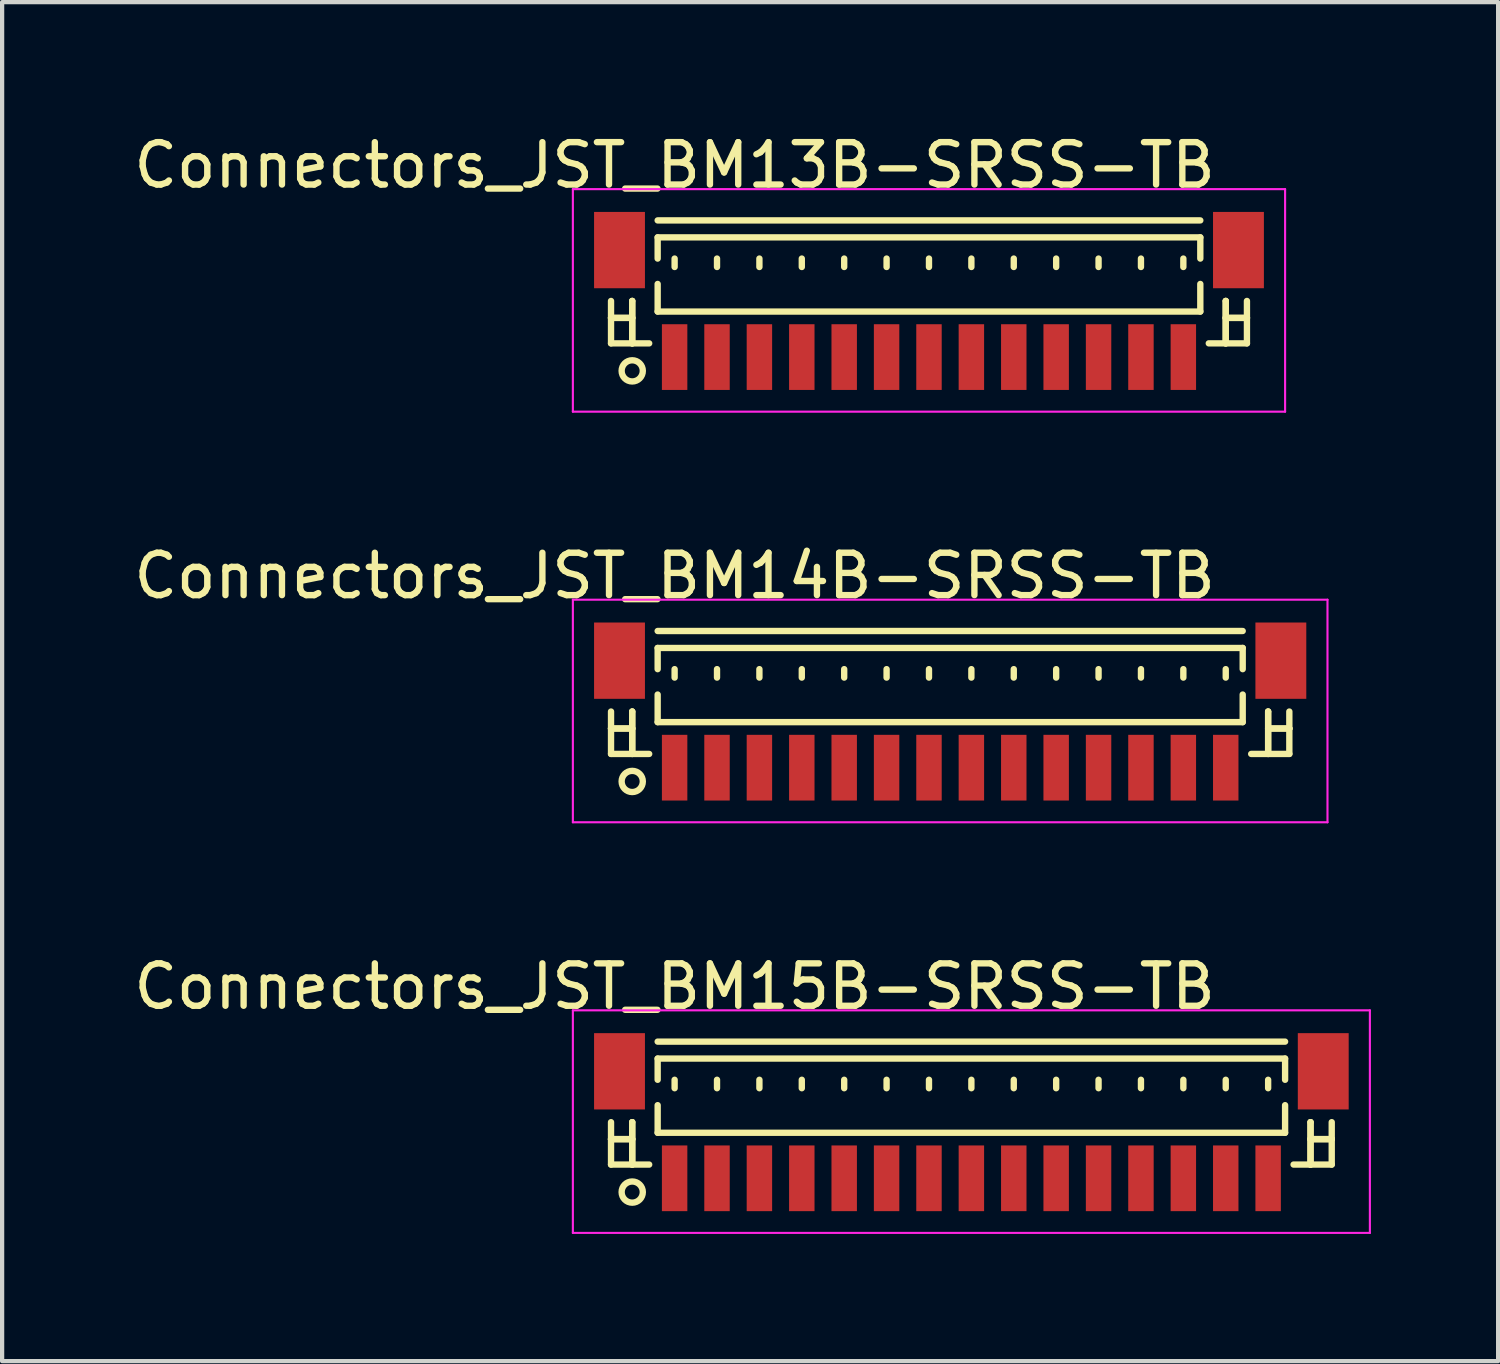
<source format=kicad_pcb>
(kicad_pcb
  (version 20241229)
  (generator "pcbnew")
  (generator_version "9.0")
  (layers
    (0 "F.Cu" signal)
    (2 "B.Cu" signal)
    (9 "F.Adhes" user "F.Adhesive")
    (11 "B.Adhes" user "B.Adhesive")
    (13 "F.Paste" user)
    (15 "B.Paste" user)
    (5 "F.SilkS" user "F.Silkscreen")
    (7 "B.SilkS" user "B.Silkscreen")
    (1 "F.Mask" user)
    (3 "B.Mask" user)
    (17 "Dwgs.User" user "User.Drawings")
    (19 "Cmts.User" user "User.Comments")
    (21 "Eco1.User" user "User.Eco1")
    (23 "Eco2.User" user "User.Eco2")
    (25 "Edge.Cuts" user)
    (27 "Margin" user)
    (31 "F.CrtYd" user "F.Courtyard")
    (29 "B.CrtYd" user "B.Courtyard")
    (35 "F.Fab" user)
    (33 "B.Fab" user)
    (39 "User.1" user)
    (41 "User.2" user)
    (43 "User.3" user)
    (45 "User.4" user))
  (footprint "Connectors_JST_BM13B-SRSS-TB"
    (layer "F.Cu")
    (at 18.863 4.111)
    (property "Reference" "Connectors_JST_BM13B-SRSS-TB" (at -6 -3.263 0) (layer "F.SilkS") (effects (font (size 1 1) (thickness 0.15))))
    (attr smd)
    (fp_line (start -7.5 -0.062) (end -7.5 0.938) (stroke (width 0.15) (type solid)) (layer "F.SilkS"))
    (fp_line (start -7.5 0.338) (end -7.5 0.338) (stroke (width 0.15) (type solid)) (layer "F.SilkS"))
    (fp_line (start -7.5 0.338) (end -7 0.338) (stroke (width 0.15) (type solid)) (layer "F.SilkS"))
    (fp_line (start -7.5 0.938) (end -6.6 0.938) (stroke (width 0.15) (type solid)) (layer "F.SilkS"))
    (fp_line (start -7 -0.062) (end -7 -0.062) (stroke (width 0.15) (type solid)) (layer "F.SilkS"))
    (fp_line (start -7 -0.062) (end -7 0.938) (stroke (width 0.15) (type solid)) (layer "F.SilkS"))
    (fp_line (start -7 0.338) (end -7.5 0.338) (stroke (width 0.15) (type solid)) (layer "F.SilkS"))
    (fp_line (start -7 0.338) (end -7 0.338) (stroke (width 0.15) (type solid)) (layer "F.SilkS"))
    (fp_line (start -7 0.938) (end -7 -0.062) (stroke (width 0.15) (type solid)) (layer "F.SilkS"))
    (fp_line (start -7 0.938) (end -7 0.938) (stroke (width 0.15) (type solid)) (layer "F.SilkS"))
    (fp_line (start -6.4 -1.962) (end 6.4 -1.962) (stroke (width 0.15) (type solid)) (layer "F.SilkS"))
    (fp_line (start -6.4 -1.562) (end 6.4 -1.562) (stroke (width 0.15) (type solid)) (layer "F.SilkS"))
    (fp_line (start -6.4 -1.062) (end -6.4 -1.562) (stroke (width 0.15) (type solid)) (layer "F.SilkS"))
    (fp_line (start -6.4 -0.463) (end -6.4 0.188) (stroke (width 0.15) (type solid)) (layer "F.SilkS"))
    (fp_line (start -6.4 0.188) (end 6.4 0.188) (stroke (width 0.15) (type solid)) (layer "F.SilkS"))
    (fp_line (start -6 -1.062) (end -6 -0.863) (stroke (width 0.15) (type solid)) (layer "F.SilkS"))
    (fp_line (start -5 -1.062) (end -5 -0.863) (stroke (width 0.15) (type solid)) (layer "F.SilkS"))
    (fp_line (start -4 -1.062) (end -4 -0.863) (stroke (width 0.15) (type solid)) (layer "F.SilkS"))
    (fp_line (start -3 -1.062) (end -3 -0.863) (stroke (width 0.15) (type solid)) (layer "F.SilkS"))
    (fp_line (start -2 -1.062) (end -2 -0.863) (stroke (width 0.15) (type solid)) (layer "F.SilkS"))
    (fp_line (start -1 -1.062) (end -1 -0.863) (stroke (width 0.15) (type solid)) (layer "F.SilkS"))
    (fp_line (start 0 -1.062) (end 0 -0.863) (stroke (width 0.15) (type solid)) (layer "F.SilkS"))
    (fp_line (start 1 -1.062) (end 1 -0.863) (stroke (width 0.15) (type solid)) (layer "F.SilkS"))
    (fp_line (start 2 -1.062) (end 2 -0.863) (stroke (width 0.15) (type solid)) (layer "F.SilkS"))
    (fp_line (start 3 -1.062) (end 3 -0.863) (stroke (width 0.15) (type solid)) (layer "F.SilkS"))
    (fp_line (start 4 -1.062) (end 4 -0.863) (stroke (width 0.15) (type solid)) (layer "F.SilkS"))
    (fp_line (start 5 -1.062) (end 5 -0.863) (stroke (width 0.15) (type solid)) (layer "F.SilkS"))
    (fp_line (start 6 -1.062) (end 6 -0.863) (stroke (width 0.15) (type solid)) (layer "F.SilkS"))
    (fp_line (start 6.4 -1.562) (end 6.4 -1.062) (stroke (width 0.15) (type solid)) (layer "F.SilkS"))
    (fp_line (start 6.4 0.188) (end 6.4 -0.463) (stroke (width 0.15) (type solid)) (layer "F.SilkS"))
    (fp_line (start 7 -0.062) (end 7 -0.062) (stroke (width 0.15) (type solid)) (layer "F.SilkS"))
    (fp_line (start 7 -0.062) (end 7 0.938) (stroke (width 0.15) (type solid)) (layer "F.SilkS"))
    (fp_line (start 7 0.338) (end 7 0.338) (stroke (width 0.15) (type solid)) (layer "F.SilkS"))
    (fp_line (start 7 0.338) (end 7.5 0.338) (stroke (width 0.15) (type solid)) (layer "F.SilkS"))
    (fp_line (start 7 0.938) (end 7 -0.062) (stroke (width 0.15) (type solid)) (layer "F.SilkS"))
    (fp_line (start 7 0.938) (end 7 0.938) (stroke (width 0.15) (type solid)) (layer "F.SilkS"))
    (fp_line (start 7.5 -0.062) (end 7.5 0.938) (stroke (width 0.15) (type solid)) (layer "F.SilkS"))
    (fp_line (start 7.5 0.338) (end 7 0.338) (stroke (width 0.15) (type solid)) (layer "F.SilkS"))
    (fp_line (start 7.5 0.338) (end 7.5 0.338) (stroke (width 0.15) (type solid)) (layer "F.SilkS"))
    (fp_line (start 7.5 0.938) (end 6.6 0.938) (stroke (width 0.15) (type solid)) (layer "F.SilkS"))
    (fp_circle (center -7 1.587) (end -6.75 1.587) (stroke (width 0.15) (type solid)) (fill no) (layer "F.SilkS"))
    (fp_line (start -8.4 -2.7) (end 8.4 -2.7) (stroke (width 0.05) (type solid)) (layer "F.CrtYd"))
    (fp_line (start -8.4 2.55) (end -8.4 -2.7) (stroke (width 0.05) (type solid)) (layer "F.CrtYd"))
    (fp_line (start 8.4 -2.7) (end 8.4 2.55) (stroke (width 0.05) (type solid)) (layer "F.CrtYd"))
    (fp_line (start 8.4 2.55) (end -8.4 2.55) (stroke (width 0.05) (type solid)) (layer "F.CrtYd"))
    (pad "" smd rect (at -7.3 -1.262) (size 1.2 1.8) (layers "F.Cu" "F.Mask" "F.Paste"))
    (pad "" smd rect (at 7.3 -1.262) (size 1.2 1.8) (layers "F.Cu" "F.Mask" "F.Paste"))
    (pad "1" smd rect (at -6 1.262) (size 0.6 1.55) (layers "F.Cu" "F.Mask" "F.Paste"))
    (pad "2" smd rect (at -5 1.262) (size 0.6 1.55) (layers "F.Cu" "F.Mask" "F.Paste"))
    (pad "3" smd rect (at -4 1.262) (size 0.6 1.55) (layers "F.Cu" "F.Mask" "F.Paste"))
    (pad "4" smd rect (at -3 1.262) (size 0.6 1.55) (layers "F.Cu" "F.Mask" "F.Paste"))
    (pad "5" smd rect (at -2 1.262) (size 0.6 1.55) (layers "F.Cu" "F.Mask" "F.Paste"))
    (pad "6" smd rect (at -1 1.262) (size 0.6 1.55) (layers "F.Cu" "F.Mask" "F.Paste"))
    (pad "7" smd rect (at 0 1.262) (size 0.6 1.55) (layers "F.Cu" "F.Mask" "F.Paste"))
    (pad "8" smd rect (at 1 1.262) (size 0.6 1.55) (layers "F.Cu" "F.Mask" "F.Paste"))
    (pad "9" smd rect (at 2 1.262) (size 0.6 1.55) (layers "F.Cu" "F.Mask" "F.Paste"))
    (pad "10" smd rect (at 3 1.262) (size 0.6 1.55) (layers "F.Cu" "F.Mask" "F.Paste"))
    (pad "11" smd rect (at 4 1.262) (size 0.6 1.55) (layers "F.Cu" "F.Mask" "F.Paste"))
    (pad "12" smd rect (at 5 1.262) (size 0.6 1.55) (layers "F.Cu" "F.Mask" "F.Paste"))
    (pad "13" smd rect (at 6 1.262) (size 0.6 1.55) (layers "F.Cu" "F.Mask" "F.Paste")))
  (footprint "Connectors_JST_BM14B-SRSS-TB"
    (layer "F.Cu")
    (at 19.363 13.796)
    (property "Reference" "Connectors_JST_BM14B-SRSS-TB" (at -6.5 -3.263 0) (layer "F.SilkS") (effects (font (size 1 1) (thickness 0.15))))
    (attr smd)
    (fp_line (start -8 -0.062) (end -8 0.938) (stroke (width 0.15) (type solid)) (layer "F.SilkS"))
    (fp_line (start -8 0.338) (end -8 0.338) (stroke (width 0.15) (type solid)) (layer "F.SilkS"))
    (fp_line (start -8 0.338) (end -7.5 0.338) (stroke (width 0.15) (type solid)) (layer "F.SilkS"))
    (fp_line (start -8 0.938) (end -7.1 0.938) (stroke (width 0.15) (type solid)) (layer "F.SilkS"))
    (fp_line (start -7.5 -0.062) (end -7.5 -0.062) (stroke (width 0.15) (type solid)) (layer "F.SilkS"))
    (fp_line (start -7.5 -0.062) (end -7.5 0.938) (stroke (width 0.15) (type solid)) (layer "F.SilkS"))
    (fp_line (start -7.5 0.338) (end -8 0.338) (stroke (width 0.15) (type solid)) (layer "F.SilkS"))
    (fp_line (start -7.5 0.338) (end -7.5 0.338) (stroke (width 0.15) (type solid)) (layer "F.SilkS"))
    (fp_line (start -7.5 0.938) (end -7.5 -0.062) (stroke (width 0.15) (type solid)) (layer "F.SilkS"))
    (fp_line (start -7.5 0.938) (end -7.5 0.938) (stroke (width 0.15) (type solid)) (layer "F.SilkS"))
    (fp_line (start -6.9 -1.962) (end 6.9 -1.962) (stroke (width 0.15) (type solid)) (layer "F.SilkS"))
    (fp_line (start -6.9 -1.562) (end 6.9 -1.562) (stroke (width 0.15) (type solid)) (layer "F.SilkS"))
    (fp_line (start -6.9 -1.062) (end -6.9 -1.562) (stroke (width 0.15) (type solid)) (layer "F.SilkS"))
    (fp_line (start -6.9 -0.463) (end -6.9 0.188) (stroke (width 0.15) (type solid)) (layer "F.SilkS"))
    (fp_line (start -6.9 0.188) (end 6.9 0.188) (stroke (width 0.15) (type solid)) (layer "F.SilkS"))
    (fp_line (start -6.5 -1.062) (end -6.5 -0.863) (stroke (width 0.15) (type solid)) (layer "F.SilkS"))
    (fp_line (start -5.5 -1.062) (end -5.5 -0.863) (stroke (width 0.15) (type solid)) (layer "F.SilkS"))
    (fp_line (start -4.5 -1.062) (end -4.5 -0.863) (stroke (width 0.15) (type solid)) (layer "F.SilkS"))
    (fp_line (start -3.5 -1.062) (end -3.5 -0.863) (stroke (width 0.15) (type solid)) (layer "F.SilkS"))
    (fp_line (start -2.5 -1.062) (end -2.5 -0.863) (stroke (width 0.15) (type solid)) (layer "F.SilkS"))
    (fp_line (start -1.5 -1.062) (end -1.5 -0.863) (stroke (width 0.15) (type solid)) (layer "F.SilkS"))
    (fp_line (start -0.5 -1.062) (end -0.5 -0.863) (stroke (width 0.15) (type solid)) (layer "F.SilkS"))
    (fp_line (start 0.5 -1.062) (end 0.5 -0.863) (stroke (width 0.15) (type solid)) (layer "F.SilkS"))
    (fp_line (start 1.5 -1.062) (end 1.5 -0.863) (stroke (width 0.15) (type solid)) (layer "F.SilkS"))
    (fp_line (start 2.5 -1.062) (end 2.5 -0.863) (stroke (width 0.15) (type solid)) (layer "F.SilkS"))
    (fp_line (start 3.5 -1.062) (end 3.5 -0.863) (stroke (width 0.15) (type solid)) (layer "F.SilkS"))
    (fp_line (start 4.5 -1.062) (end 4.5 -0.863) (stroke (width 0.15) (type solid)) (layer "F.SilkS"))
    (fp_line (start 5.5 -1.062) (end 5.5 -0.863) (stroke (width 0.15) (type solid)) (layer "F.SilkS"))
    (fp_line (start 6.5 -1.062) (end 6.5 -0.863) (stroke (width 0.15) (type solid)) (layer "F.SilkS"))
    (fp_line (start 6.9 -1.562) (end 6.9 -1.062) (stroke (width 0.15) (type solid)) (layer "F.SilkS"))
    (fp_line (start 6.9 0.188) (end 6.9 -0.463) (stroke (width 0.15) (type solid)) (layer "F.SilkS"))
    (fp_line (start 7.5 -0.062) (end 7.5 -0.062) (stroke (width 0.15) (type solid)) (layer "F.SilkS"))
    (fp_line (start 7.5 -0.062) (end 7.5 0.938) (stroke (width 0.15) (type solid)) (layer "F.SilkS"))
    (fp_line (start 7.5 0.338) (end 7.5 0.338) (stroke (width 0.15) (type solid)) (layer "F.SilkS"))
    (fp_line (start 7.5 0.338) (end 8 0.338) (stroke (width 0.15) (type solid)) (layer "F.SilkS"))
    (fp_line (start 7.5 0.938) (end 7.5 -0.062) (stroke (width 0.15) (type solid)) (layer "F.SilkS"))
    (fp_line (start 7.5 0.938) (end 7.5 0.938) (stroke (width 0.15) (type solid)) (layer "F.SilkS"))
    (fp_line (start 8 -0.062) (end 8 0.938) (stroke (width 0.15) (type solid)) (layer "F.SilkS"))
    (fp_line (start 8 0.338) (end 7.5 0.338) (stroke (width 0.15) (type solid)) (layer "F.SilkS"))
    (fp_line (start 8 0.338) (end 8 0.338) (stroke (width 0.15) (type solid)) (layer "F.SilkS"))
    (fp_line (start 8 0.938) (end 7.1 0.938) (stroke (width 0.15) (type solid)) (layer "F.SilkS"))
    (fp_circle (center -7.5 1.587) (end -7.25 1.587) (stroke (width 0.15) (type solid)) (fill no) (layer "F.SilkS"))
    (fp_line (start -8.9 -2.7) (end 8.9 -2.7) (stroke (width 0.05) (type solid)) (layer "F.CrtYd"))
    (fp_line (start -8.9 2.55) (end -8.9 -2.7) (stroke (width 0.05) (type solid)) (layer "F.CrtYd"))
    (fp_line (start 8.9 -2.7) (end 8.9 2.55) (stroke (width 0.05) (type solid)) (layer "F.CrtYd"))
    (fp_line (start 8.9 2.55) (end -8.9 2.55) (stroke (width 0.05) (type solid)) (layer "F.CrtYd"))
    (pad "" smd rect (at -7.8 -1.262) (size 1.2 1.8) (layers "F.Cu" "F.Mask" "F.Paste"))
    (pad "" smd rect (at 7.8 -1.262) (size 1.2 1.8) (layers "F.Cu" "F.Mask" "F.Paste"))
    (pad "1" smd rect (at -6.5 1.262) (size 0.6 1.55) (layers "F.Cu" "F.Mask" "F.Paste"))
    (pad "2" smd rect (at -5.5 1.262) (size 0.6 1.55) (layers "F.Cu" "F.Mask" "F.Paste"))
    (pad "3" smd rect (at -4.5 1.262) (size 0.6 1.55) (layers "F.Cu" "F.Mask" "F.Paste"))
    (pad "4" smd rect (at -3.5 1.262) (size 0.6 1.55) (layers "F.Cu" "F.Mask" "F.Paste"))
    (pad "5" smd rect (at -2.5 1.262) (size 0.6 1.55) (layers "F.Cu" "F.Mask" "F.Paste"))
    (pad "6" smd rect (at -1.5 1.262) (size 0.6 1.55) (layers "F.Cu" "F.Mask" "F.Paste"))
    (pad "7" smd rect (at -0.5 1.262) (size 0.6 1.55) (layers "F.Cu" "F.Mask" "F.Paste"))
    (pad "8" smd rect (at 0.5 1.262) (size 0.6 1.55) (layers "F.Cu" "F.Mask" "F.Paste"))
    (pad "9" smd rect (at 1.5 1.262) (size 0.6 1.55) (layers "F.Cu" "F.Mask" "F.Paste"))
    (pad "10" smd rect (at 2.5 1.262) (size 0.6 1.55) (layers "F.Cu" "F.Mask" "F.Paste"))
    (pad "11" smd rect (at 3.5 1.262) (size 0.6 1.55) (layers "F.Cu" "F.Mask" "F.Paste"))
    (pad "12" smd rect (at 4.5 1.262) (size 0.6 1.55) (layers "F.Cu" "F.Mask" "F.Paste"))
    (pad "13" smd rect (at 5.5 1.262) (size 0.6 1.55) (layers "F.Cu" "F.Mask" "F.Paste"))
    (pad "14" smd rect (at 6.5 1.262) (size 0.6 1.55) (layers "F.Cu" "F.Mask" "F.Paste")))
  (footprint "Connectors_JST_BM15B-SRSS-TB"
    (layer "F.Cu")
    (at 19.863 23.482)
    (property "Reference" "Connectors_JST_BM15B-SRSS-TB" (at -7 -3.263 0) (layer "F.SilkS") (effects (font (size 1 1) (thickness 0.15))))
    (attr smd)
    (fp_line (start -8.5 -0.062) (end -8.5 0.938) (stroke (width 0.15) (type solid)) (layer "F.SilkS"))
    (fp_line (start -8.5 0.338) (end -8.5 0.338) (stroke (width 0.15) (type solid)) (layer "F.SilkS"))
    (fp_line (start -8.5 0.338) (end -8 0.338) (stroke (width 0.15) (type solid)) (layer "F.SilkS"))
    (fp_line (start -8.5 0.938) (end -7.6 0.938) (stroke (width 0.15) (type solid)) (layer "F.SilkS"))
    (fp_line (start -8 -0.062) (end -8 -0.062) (stroke (width 0.15) (type solid)) (layer "F.SilkS"))
    (fp_line (start -8 -0.062) (end -8 0.938) (stroke (width 0.15) (type solid)) (layer "F.SilkS"))
    (fp_line (start -8 0.338) (end -8.5 0.338) (stroke (width 0.15) (type solid)) (layer "F.SilkS"))
    (fp_line (start -8 0.338) (end -8 0.338) (stroke (width 0.15) (type solid)) (layer "F.SilkS"))
    (fp_line (start -8 0.938) (end -8 -0.062) (stroke (width 0.15) (type solid)) (layer "F.SilkS"))
    (fp_line (start -8 0.938) (end -8 0.938) (stroke (width 0.15) (type solid)) (layer "F.SilkS"))
    (fp_line (start -7.4 -1.962) (end 7.4 -1.962) (stroke (width 0.15) (type solid)) (layer "F.SilkS"))
    (fp_line (start -7.4 -1.562) (end 7.4 -1.562) (stroke (width 0.15) (type solid)) (layer "F.SilkS"))
    (fp_line (start -7.4 -1.062) (end -7.4 -1.562) (stroke (width 0.15) (type solid)) (layer "F.SilkS"))
    (fp_line (start -7.4 -0.463) (end -7.4 0.188) (stroke (width 0.15) (type solid)) (layer "F.SilkS"))
    (fp_line (start -7.4 0.188) (end 7.4 0.188) (stroke (width 0.15) (type solid)) (layer "F.SilkS"))
    (fp_line (start -7 -1.062) (end -7 -0.863) (stroke (width 0.15) (type solid)) (layer "F.SilkS"))
    (fp_line (start -6 -1.062) (end -6 -0.863) (stroke (width 0.15) (type solid)) (layer "F.SilkS"))
    (fp_line (start -5 -1.062) (end -5 -0.863) (stroke (width 0.15) (type solid)) (layer "F.SilkS"))
    (fp_line (start -4 -1.062) (end -4 -0.863) (stroke (width 0.15) (type solid)) (layer "F.SilkS"))
    (fp_line (start -3 -1.062) (end -3 -0.863) (stroke (width 0.15) (type solid)) (layer "F.SilkS"))
    (fp_line (start -2 -1.062) (end -2 -0.863) (stroke (width 0.15) (type solid)) (layer "F.SilkS"))
    (fp_line (start -1 -1.062) (end -1 -0.863) (stroke (width 0.15) (type solid)) (layer "F.SilkS"))
    (fp_line (start 0 -1.062) (end 0 -0.863) (stroke (width 0.15) (type solid)) (layer "F.SilkS"))
    (fp_line (start 1 -1.062) (end 1 -0.863) (stroke (width 0.15) (type solid)) (layer "F.SilkS"))
    (fp_line (start 2 -1.062) (end 2 -0.863) (stroke (width 0.15) (type solid)) (layer "F.SilkS"))
    (fp_line (start 3 -1.062) (end 3 -0.863) (stroke (width 0.15) (type solid)) (layer "F.SilkS"))
    (fp_line (start 4 -1.062) (end 4 -0.863) (stroke (width 0.15) (type solid)) (layer "F.SilkS"))
    (fp_line (start 5 -1.062) (end 5 -0.863) (stroke (width 0.15) (type solid)) (layer "F.SilkS"))
    (fp_line (start 6 -1.062) (end 6 -0.863) (stroke (width 0.15) (type solid)) (layer "F.SilkS"))
    (fp_line (start 7 -1.062) (end 7 -0.863) (stroke (width 0.15) (type solid)) (layer "F.SilkS"))
    (fp_line (start 7.4 -1.562) (end 7.4 -1.062) (stroke (width 0.15) (type solid)) (layer "F.SilkS"))
    (fp_line (start 7.4 0.188) (end 7.4 -0.463) (stroke (width 0.15) (type solid)) (layer "F.SilkS"))
    (fp_line (start 8 -0.062) (end 8 -0.062) (stroke (width 0.15) (type solid)) (layer "F.SilkS"))
    (fp_line (start 8 -0.062) (end 8 0.938) (stroke (width 0.15) (type solid)) (layer "F.SilkS"))
    (fp_line (start 8 0.338) (end 8 0.338) (stroke (width 0.15) (type solid)) (layer "F.SilkS"))
    (fp_line (start 8 0.338) (end 8.5 0.338) (stroke (width 0.15) (type solid)) (layer "F.SilkS"))
    (fp_line (start 8 0.938) (end 8 -0.062) (stroke (width 0.15) (type solid)) (layer "F.SilkS"))
    (fp_line (start 8 0.938) (end 8 0.938) (stroke (width 0.15) (type solid)) (layer "F.SilkS"))
    (fp_line (start 8.5 -0.062) (end 8.5 0.938) (stroke (width 0.15) (type solid)) (layer "F.SilkS"))
    (fp_line (start 8.5 0.338) (end 8 0.338) (stroke (width 0.15) (type solid)) (layer "F.SilkS"))
    (fp_line (start 8.5 0.338) (end 8.5 0.338) (stroke (width 0.15) (type solid)) (layer "F.SilkS"))
    (fp_line (start 8.5 0.938) (end 7.6 0.938) (stroke (width 0.15) (type solid)) (layer "F.SilkS"))
    (fp_circle (center -8 1.587) (end -7.75 1.587) (stroke (width 0.15) (type solid)) (fill no) (layer "F.SilkS"))
    (fp_line (start -9.4 -2.7) (end 9.4 -2.7) (stroke (width 0.05) (type solid)) (layer "F.CrtYd"))
    (fp_line (start -9.4 2.55) (end -9.4 -2.7) (stroke (width 0.05) (type solid)) (layer "F.CrtYd"))
    (fp_line (start 9.4 -2.7) (end 9.4 2.55) (stroke (width 0.05) (type solid)) (layer "F.CrtYd"))
    (fp_line (start 9.4 2.55) (end -9.4 2.55) (stroke (width 0.05) (type solid)) (layer "F.CrtYd"))
    (pad "" smd rect (at -8.3 -1.262) (size 1.2 1.8) (layers "F.Cu" "F.Mask" "F.Paste"))
    (pad "" smd rect (at 8.3 -1.262) (size 1.2 1.8) (layers "F.Cu" "F.Mask" "F.Paste"))
    (pad "1" smd rect (at -7 1.262) (size 0.6 1.55) (layers "F.Cu" "F.Mask" "F.Paste"))
    (pad "2" smd rect (at -6 1.262) (size 0.6 1.55) (layers "F.Cu" "F.Mask" "F.Paste"))
    (pad "3" smd rect (at -5 1.262) (size 0.6 1.55) (layers "F.Cu" "F.Mask" "F.Paste"))
    (pad "4" smd rect (at -4 1.262) (size 0.6 1.55) (layers "F.Cu" "F.Mask" "F.Paste"))
    (pad "5" smd rect (at -3 1.262) (size 0.6 1.55) (layers "F.Cu" "F.Mask" "F.Paste"))
    (pad "6" smd rect (at -2 1.262) (size 0.6 1.55) (layers "F.Cu" "F.Mask" "F.Paste"))
    (pad "7" smd rect (at -1 1.262) (size 0.6 1.55) (layers "F.Cu" "F.Mask" "F.Paste"))
    (pad "8" smd rect (at 0 1.262) (size 0.6 1.55) (layers "F.Cu" "F.Mask" "F.Paste"))
    (pad "9" smd rect (at 1 1.262) (size 0.6 1.55) (layers "F.Cu" "F.Mask" "F.Paste"))
    (pad "10" smd rect (at 2 1.262) (size 0.6 1.55) (layers "F.Cu" "F.Mask" "F.Paste"))
    (pad "11" smd rect (at 3 1.262) (size 0.6 1.55) (layers "F.Cu" "F.Mask" "F.Paste"))
    (pad "12" smd rect (at 4 1.262) (size 0.6 1.55) (layers "F.Cu" "F.Mask" "F.Paste"))
    (pad "13" smd rect (at 5 1.262) (size 0.6 1.55) (layers "F.Cu" "F.Mask" "F.Paste"))
    (pad "14" smd rect (at 6 1.262) (size 0.6 1.55) (layers "F.Cu" "F.Mask" "F.Paste"))
    (pad "15" smd rect (at 7 1.262) (size 0.6 1.55) (layers "F.Cu" "F.Mask" "F.Paste")))
  (gr_rect
    (start -3 -3)
    (end 32.288 29.057)
    (stroke (width 0.1) (type default))
    (fill no)
    (layer "Edge.Cuts")))
</source>
